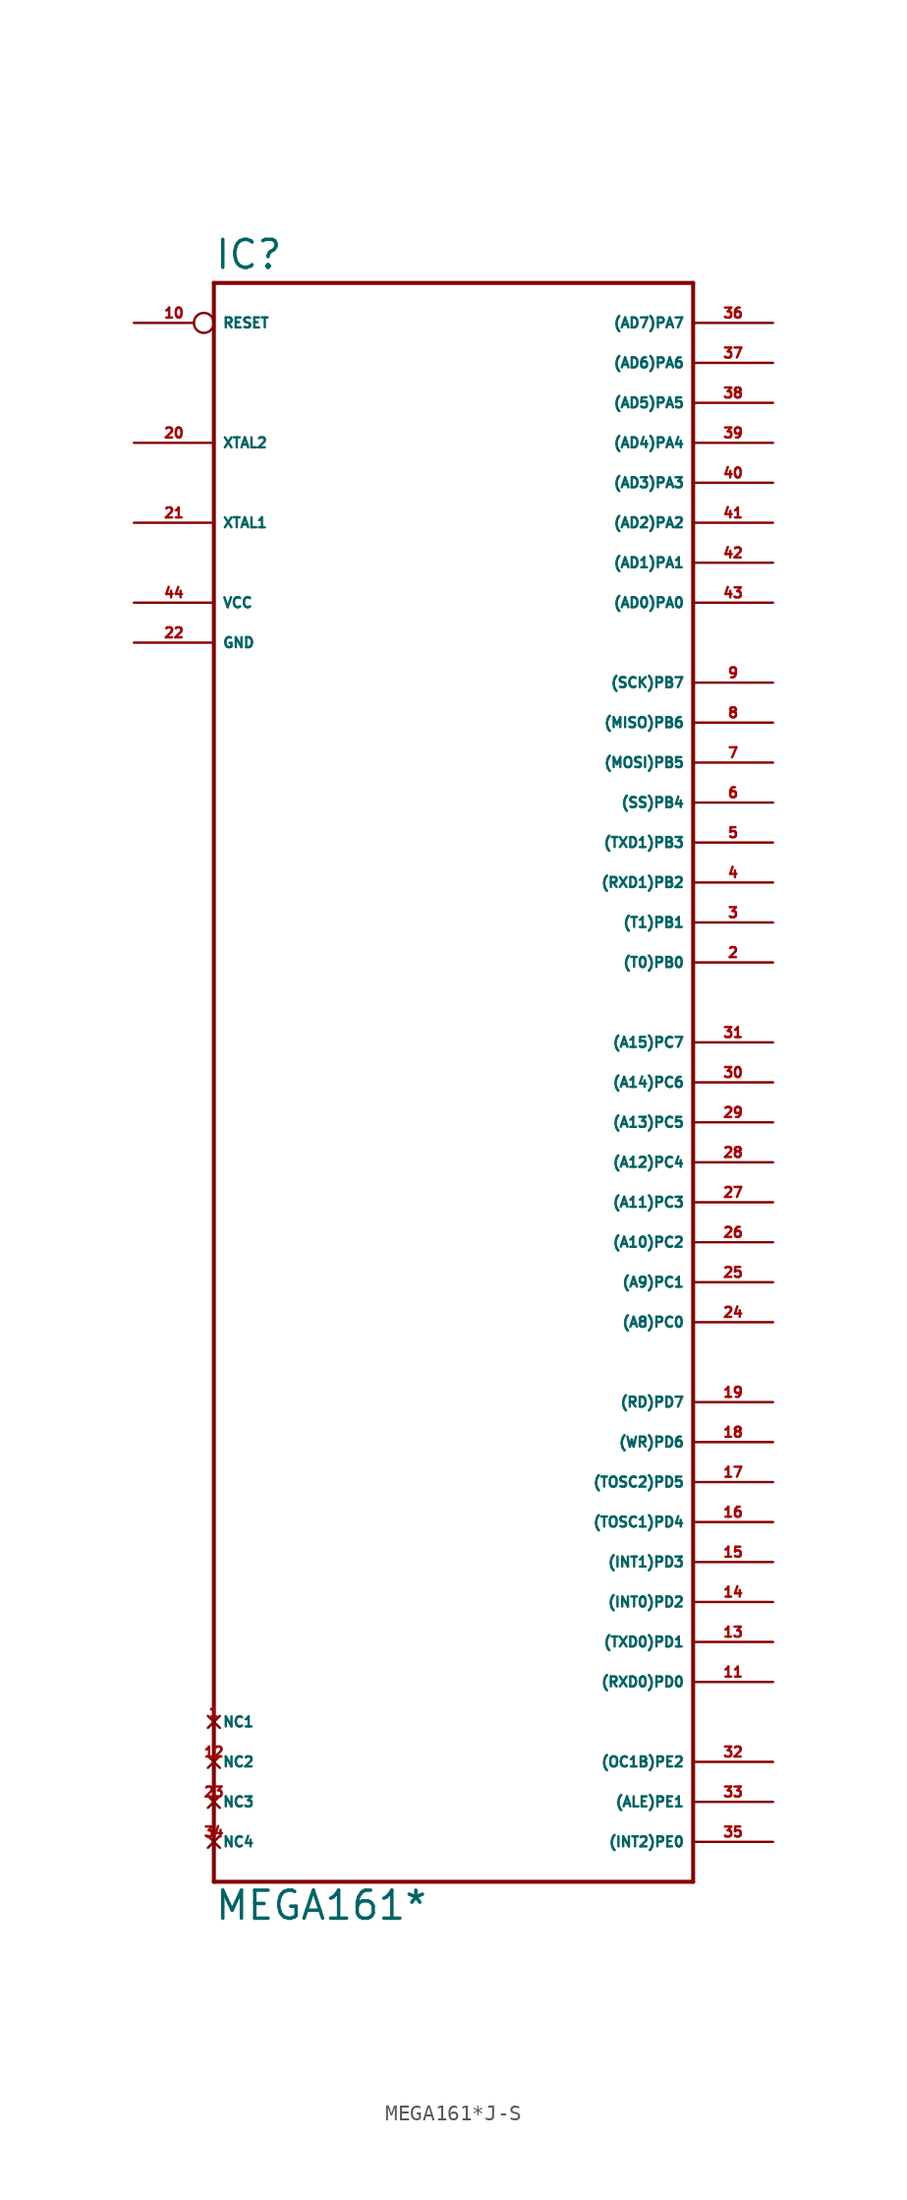
<source format=kicad_sym>
(kicad_symbol_lib
  (version 20220914)
  (generator Eagle2Kicad)
  (symbol "MEGA161*J-S"
    (property "Reference" "IC"
      (at -15.24 43.942 0)
      (effects (font (size 1.778 1.778) (thickness 0.22)) (justify left bottom)))
    (property "Value" "MEGA161*"
      (at -15.24 -60.96 0)
      (effects (font (size 1.778 1.778) (thickness 0.22)) (justify left bottom)))
    (polyline
      (pts (xy -15.24 43.18) (xy 15.24 43.18))
      (stroke (width 0.254) (type default))
      (fill (type none)))
    (polyline
      (pts (xy 15.24 43.18) (xy 15.24 -58.42))
      (stroke (width 0.254) (type default))
      (fill (type none)))
    (polyline
      (pts (xy 15.24 -58.42) (xy -15.24 -58.42))
      (stroke (width 0.254) (type default))
      (fill (type none)))
    (polyline
      (pts (xy -15.24 -58.42) (xy -15.24 43.18))
      (stroke (width 0.254) (type default))
      (fill (type none)))
    (pin bidirectional line
      (at 20.32 40.64 180)
      (length 5.08)
      (name "(AD7)PA7" (effects (font (size 0.635 0.635) (thickness 0.08)) (justify left bottom)))
      (number "36" (effects (font (size 0.635 0.635) (thickness 0.08)) (justify left bottom))))
    (pin bidirectional line
      (at 20.32 38.1 180)
      (length 5.08)
      (name "(AD6)PA6" (effects (font (size 0.635 0.635) (thickness 0.08)) (justify left bottom)))
      (number "37" (effects (font (size 0.635 0.635) (thickness 0.08)) (justify left bottom))))
    (pin bidirectional line
      (at 20.32 35.56 180)
      (length 5.08)
      (name "(AD5)PA5" (effects (font (size 0.635 0.635) (thickness 0.08)) (justify left bottom)))
      (number "38" (effects (font (size 0.635 0.635) (thickness 0.08)) (justify left bottom))))
    (pin bidirectional line
      (at 20.32 33.02 180)
      (length 5.08)
      (name "(AD4)PA4" (effects (font (size 0.635 0.635) (thickness 0.08)) (justify left bottom)))
      (number "39" (effects (font (size 0.635 0.635) (thickness 0.08)) (justify left bottom))))
    (pin bidirectional line
      (at 20.32 30.48 180)
      (length 5.08)
      (name "(AD3)PA3" (effects (font (size 0.635 0.635) (thickness 0.08)) (justify left bottom)))
      (number "40" (effects (font (size 0.635 0.635) (thickness 0.08)) (justify left bottom))))
    (pin bidirectional line
      (at 20.32 27.94 180)
      (length 5.08)
      (name "(AD2)PA2" (effects (font (size 0.635 0.635) (thickness 0.08)) (justify left bottom)))
      (number "41" (effects (font (size 0.635 0.635) (thickness 0.08)) (justify left bottom))))
    (pin bidirectional line
      (at 20.32 25.4 180)
      (length 5.08)
      (name "(AD1)PA1" (effects (font (size 0.635 0.635) (thickness 0.08)) (justify left bottom)))
      (number "42" (effects (font (size 0.635 0.635) (thickness 0.08)) (justify left bottom))))
    (pin bidirectional line
      (at 20.32 22.86 180)
      (length 5.08)
      (name "(AD0)PA0" (effects (font (size 0.635 0.635) (thickness 0.08)) (justify left bottom)))
      (number "43" (effects (font (size 0.635 0.635) (thickness 0.08)) (justify left bottom))))
    (pin bidirectional line
      (at 20.32 17.78 180)
      (length 5.08)
      (name "(SCK)PB7" (effects (font (size 0.635 0.635) (thickness 0.08)) (justify left bottom)))
      (number "9" (effects (font (size 0.635 0.635) (thickness 0.08)) (justify left bottom))))
    (pin bidirectional line
      (at 20.32 15.24 180)
      (length 5.08)
      (name "(MISO)PB6" (effects (font (size 0.635 0.635) (thickness 0.08)) (justify left bottom)))
      (number "8" (effects (font (size 0.635 0.635) (thickness 0.08)) (justify left bottom))))
    (pin bidirectional line
      (at 20.32 12.7 180)
      (length 5.08)
      (name "(MOSI)PB5" (effects (font (size 0.635 0.635) (thickness 0.08)) (justify left bottom)))
      (number "7" (effects (font (size 0.635 0.635) (thickness 0.08)) (justify left bottom))))
    (pin bidirectional line
      (at 20.32 10.16 180)
      (length 5.08)
      (name "(SS)PB4" (effects (font (size 0.635 0.635) (thickness 0.08)) (justify left bottom)))
      (number "6" (effects (font (size 0.635 0.635) (thickness 0.08)) (justify left bottom))))
    (pin bidirectional line
      (at 20.32 7.62 180)
      (length 5.08)
      (name "(TXD1)PB3" (effects (font (size 0.635 0.635) (thickness 0.08)) (justify left bottom)))
      (number "5" (effects (font (size 0.635 0.635) (thickness 0.08)) (justify left bottom))))
    (pin bidirectional line
      (at 20.32 5.08 180)
      (length 5.08)
      (name "(RXD1)PB2" (effects (font (size 0.635 0.635) (thickness 0.08)) (justify left bottom)))
      (number "4" (effects (font (size 0.635 0.635) (thickness 0.08)) (justify left bottom))))
    (pin bidirectional line
      (at 20.32 2.54 180)
      (length 5.08)
      (name "(T1)PB1" (effects (font (size 0.635 0.635) (thickness 0.08)) (justify left bottom)))
      (number "3" (effects (font (size 0.635 0.635) (thickness 0.08)) (justify left bottom))))
    (pin bidirectional line
      (at 20.32 0 180)
      (length 5.08)
      (name "(T0)PB0" (effects (font (size 0.635 0.635) (thickness 0.08)) (justify left bottom)))
      (number "2" (effects (font (size 0.635 0.635) (thickness 0.08)) (justify left bottom))))
    (pin bidirectional line
      (at 20.32 -5.08 180)
      (length 5.08)
      (name "(A15)PC7" (effects (font (size 0.635 0.635) (thickness 0.08)) (justify left bottom)))
      (number "31" (effects (font (size 0.635 0.635) (thickness 0.08)) (justify left bottom))))
    (pin bidirectional line
      (at 20.32 -7.62 180)
      (length 5.08)
      (name "(A14)PC6" (effects (font (size 0.635 0.635) (thickness 0.08)) (justify left bottom)))
      (number "30" (effects (font (size 0.635 0.635) (thickness 0.08)) (justify left bottom))))
    (pin bidirectional line
      (at 20.32 -10.16 180)
      (length 5.08)
      (name "(A13)PC5" (effects (font (size 0.635 0.635) (thickness 0.08)) (justify left bottom)))
      (number "29" (effects (font (size 0.635 0.635) (thickness 0.08)) (justify left bottom))))
    (pin bidirectional line
      (at 20.32 -12.7 180)
      (length 5.08)
      (name "(A12)PC4" (effects (font (size 0.635 0.635) (thickness 0.08)) (justify left bottom)))
      (number "28" (effects (font (size 0.635 0.635) (thickness 0.08)) (justify left bottom))))
    (pin bidirectional line
      (at 20.32 -15.24 180)
      (length 5.08)
      (name "(A11)PC3" (effects (font (size 0.635 0.635) (thickness 0.08)) (justify left bottom)))
      (number "27" (effects (font (size 0.635 0.635) (thickness 0.08)) (justify left bottom))))
    (pin bidirectional line
      (at 20.32 -17.78 180)
      (length 5.08)
      (name "(A10)PC2" (effects (font (size 0.635 0.635) (thickness 0.08)) (justify left bottom)))
      (number "26" (effects (font (size 0.635 0.635) (thickness 0.08)) (justify left bottom))))
    (pin bidirectional line
      (at 20.32 -20.32 180)
      (length 5.08)
      (name "(A9)PC1" (effects (font (size 0.635 0.635) (thickness 0.08)) (justify left bottom)))
      (number "25" (effects (font (size 0.635 0.635) (thickness 0.08)) (justify left bottom))))
    (pin bidirectional line
      (at 20.32 -22.86 180)
      (length 5.08)
      (name "(A8)PC0" (effects (font (size 0.635 0.635) (thickness 0.08)) (justify left bottom)))
      (number "24" (effects (font (size 0.635 0.635) (thickness 0.08)) (justify left bottom))))
    (pin bidirectional line
      (at 20.32 -27.94 180)
      (length 5.08)
      (name "(RD)PD7" (effects (font (size 0.635 0.635) (thickness 0.08)) (justify left bottom)))
      (number "19" (effects (font (size 0.635 0.635) (thickness 0.08)) (justify left bottom))))
    (pin bidirectional line
      (at 20.32 -30.48 180)
      (length 5.08)
      (name "(WR)PD6" (effects (font (size 0.635 0.635) (thickness 0.08)) (justify left bottom)))
      (number "18" (effects (font (size 0.635 0.635) (thickness 0.08)) (justify left bottom))))
    (pin bidirectional line
      (at 20.32 -33.02 180)
      (length 5.08)
      (name "(TOSC2)PD5" (effects (font (size 0.635 0.635) (thickness 0.08)) (justify left bottom)))
      (number "17" (effects (font (size 0.635 0.635) (thickness 0.08)) (justify left bottom))))
    (pin bidirectional line
      (at 20.32 -35.56 180)
      (length 5.08)
      (name "(TOSC1)PD4" (effects (font (size 0.635 0.635) (thickness 0.08)) (justify left bottom)))
      (number "16" (effects (font (size 0.635 0.635) (thickness 0.08)) (justify left bottom))))
    (pin bidirectional line
      (at 20.32 -38.1 180)
      (length 5.08)
      (name "(INT1)PD3" (effects (font (size 0.635 0.635) (thickness 0.08)) (justify left bottom)))
      (number "15" (effects (font (size 0.635 0.635) (thickness 0.08)) (justify left bottom))))
    (pin bidirectional line
      (at 20.32 -40.64 180)
      (length 5.08)
      (name "(INT0)PD2" (effects (font (size 0.635 0.635) (thickness 0.08)) (justify left bottom)))
      (number "14" (effects (font (size 0.635 0.635) (thickness 0.08)) (justify left bottom))))
    (pin bidirectional line
      (at 20.32 -43.18 180)
      (length 5.08)
      (name "(TXD0)PD1" (effects (font (size 0.635 0.635) (thickness 0.08)) (justify left bottom)))
      (number "13" (effects (font (size 0.635 0.635) (thickness 0.08)) (justify left bottom))))
    (pin bidirectional line
      (at 20.32 -45.72 180)
      (length 5.08)
      (name "(RXD0)PD0" (effects (font (size 0.635 0.635) (thickness 0.08)) (justify left bottom)))
      (number "11" (effects (font (size 0.635 0.635) (thickness 0.08)) (justify left bottom))))
    (pin bidirectional line
      (at 20.32 -50.8 180)
      (length 5.08)
      (name "(OC1B)PE2" (effects (font (size 0.635 0.635) (thickness 0.08)) (justify left bottom)))
      (number "32" (effects (font (size 0.635 0.635) (thickness 0.08)) (justify left bottom))))
    (pin bidirectional line
      (at 20.32 -53.34 180)
      (length 5.08)
      (name "(ALE)PE1" (effects (font (size 0.635 0.635) (thickness 0.08)) (justify left bottom)))
      (number "33" (effects (font (size 0.635 0.635) (thickness 0.08)) (justify left bottom))))
    (pin bidirectional line
      (at 20.32 -55.88 180)
      (length 5.08)
      (name "(INT2)PE0" (effects (font (size 0.635 0.635) (thickness 0.08)) (justify left bottom)))
      (number "35" (effects (font (size 0.635 0.635) (thickness 0.08)) (justify left bottom))))
    (pin input inverted
      (at -20.32 40.64 0)
      (length 5.08)
      (name "RESET" (effects (font (size 0.635 0.635) (thickness 0.08)) (justify left bottom)))
      (number "10" (effects (font (size 0.635 0.635) (thickness 0.08)) (justify left bottom))))
    (pin unspecified line
      (at -20.32 22.86 0)
      (length 5.08)
      (name "VCC" (effects (font (size 0.635 0.635) (thickness 0.08)) (justify left bottom)))
      (number "44" (effects (font (size 0.635 0.635) (thickness 0.08)) (justify left bottom))))
    (pin unspecified line
      (at -20.32 20.32 0)
      (length 5.08)
      (name "GND" (effects (font (size 0.635 0.635) (thickness 0.08)) (justify left bottom)))
      (number "22" (effects (font (size 0.635 0.635) (thickness 0.08)) (justify left bottom))))
    (pin input line
      (at -20.32 33.02 0)
      (length 5.08)
      (name "XTAL2" (effects (font (size 0.635 0.635) (thickness 0.08)) (justify left bottom)))
      (number "20" (effects (font (size 0.635 0.635) (thickness 0.08)) (justify left bottom))))
    (pin input line
      (at -20.32 27.94 0)
      (length 5.08)
      (name "XTAL1" (effects (font (size 0.635 0.635) (thickness 0.08)) (justify left bottom)))
      (number "21" (effects (font (size 0.635 0.635) (thickness 0.08)) (justify left bottom))))
    (pin no_connect line
      (at -15.24 -48.26 0)
      (length 0)
      (name "NC1" (effects (font (size 0.635 0.635) (thickness 0.08)) (justify left bottom) hide))
      (number "1" (effects (font (size 0.635 0.635) (thickness 0.08)) (justify left bottom) hide)))
    (pin no_connect line
      (at -15.24 -50.8 0)
      (length 0)
      (name "NC2" (effects (font (size 0.635 0.635) (thickness 0.08)) (justify left bottom) hide))
      (number "12" (effects (font (size 0.635 0.635) (thickness 0.08)) (justify left bottom) hide)))
    (pin no_connect line
      (at -15.24 -53.34 0)
      (length 0)
      (name "NC3" (effects (font (size 0.635 0.635) (thickness 0.08)) (justify left bottom) hide))
      (number "23" (effects (font (size 0.635 0.635) (thickness 0.08)) (justify left bottom) hide)))
    (pin no_connect line
      (at -15.24 -55.88 0)
      (length 0)
      (name "NC4" (effects (font (size 0.635 0.635) (thickness 0.08)) (justify left bottom) hide))
      (number "34" (effects (font (size 0.635 0.635) (thickness 0.08)) (justify left bottom) hide)))))
</source>
